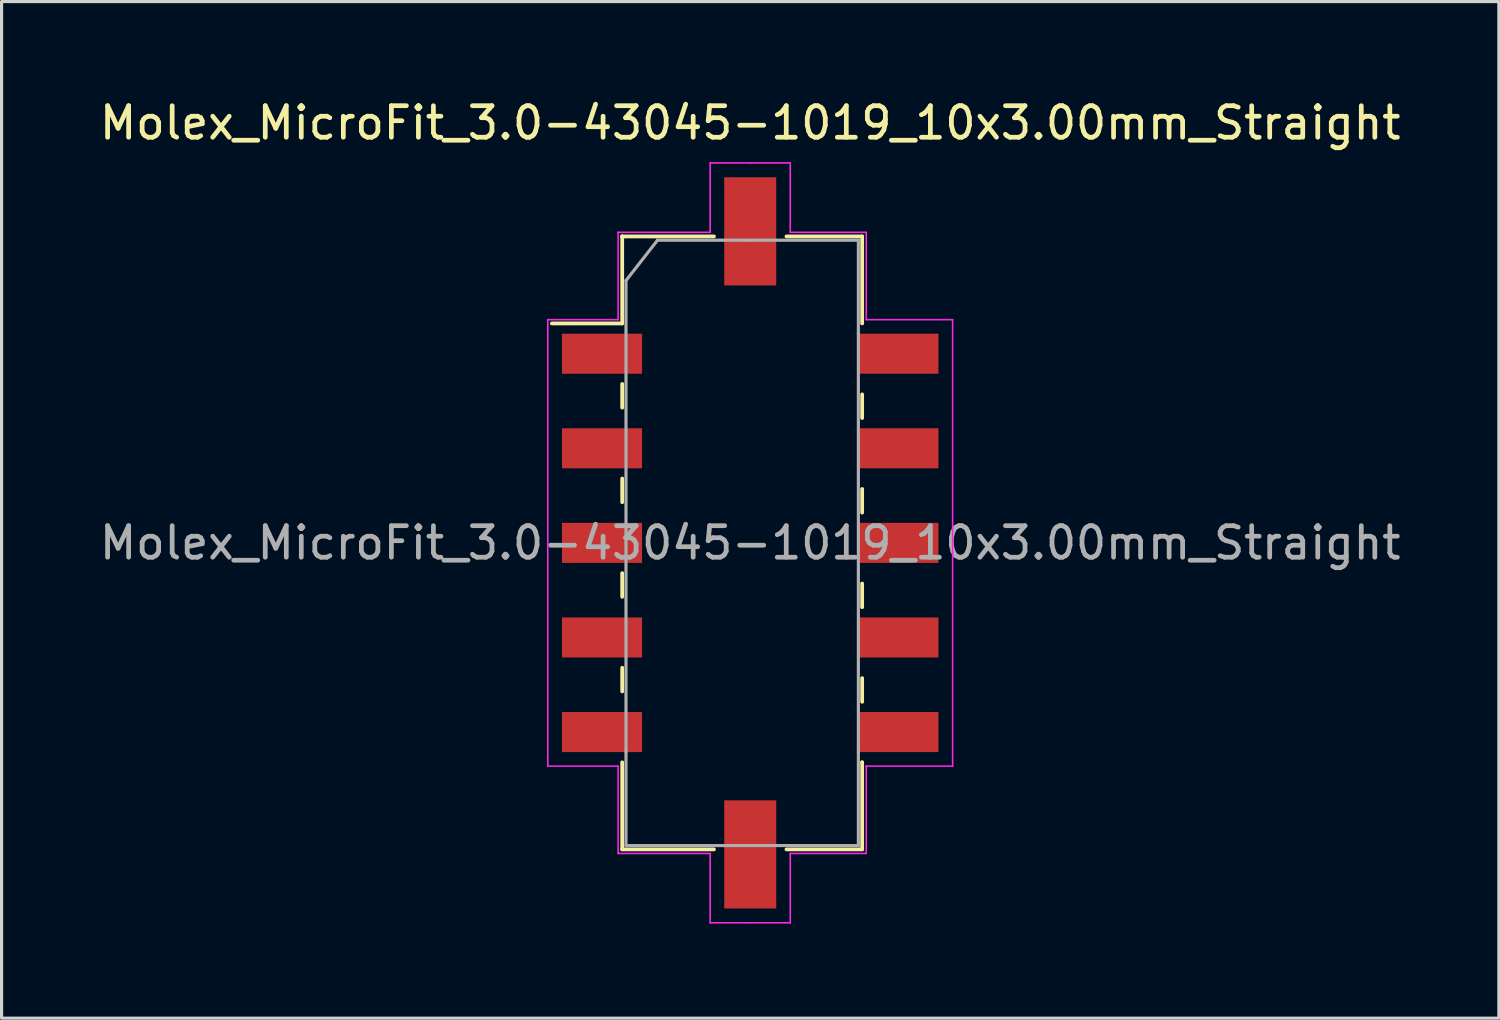
<source format=kicad_pcb>
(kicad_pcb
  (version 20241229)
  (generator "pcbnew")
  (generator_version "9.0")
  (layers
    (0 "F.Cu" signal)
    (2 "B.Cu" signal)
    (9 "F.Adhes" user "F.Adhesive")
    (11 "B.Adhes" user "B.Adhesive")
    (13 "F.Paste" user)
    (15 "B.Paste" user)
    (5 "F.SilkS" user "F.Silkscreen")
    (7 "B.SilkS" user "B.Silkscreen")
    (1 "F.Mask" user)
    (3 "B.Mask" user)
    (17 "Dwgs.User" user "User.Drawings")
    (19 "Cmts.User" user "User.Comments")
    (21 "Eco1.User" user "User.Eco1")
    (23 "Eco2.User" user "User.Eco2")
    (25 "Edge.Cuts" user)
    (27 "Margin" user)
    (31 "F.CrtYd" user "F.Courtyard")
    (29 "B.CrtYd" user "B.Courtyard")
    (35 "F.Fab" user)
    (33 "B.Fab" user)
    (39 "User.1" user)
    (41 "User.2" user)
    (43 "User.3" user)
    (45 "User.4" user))
  (footprint "Molex_MicroFit_3.0-43045-1019_10x3.00mm_Straight"
    (layer "F.Cu")
    (at 20.744 14.168)
    (property "Reference" "Molex_MicroFit_3.0-43045-1019_10x3.00mm_Straight" (at 0 -13.32 0) (layer "F.SilkS") (effects (font (size 1 1) (thickness 0.15))))
    (attr smd)
    (fp_line (start -6.29 -6.96) (end -4.06 -6.96) (stroke (width 0.12) (type solid)) (layer "F.SilkS"))
    (fp_line (start -4.06 -9.72) (end -4.06 -9.72) (stroke (width 0.12) (type solid)) (layer "F.SilkS"))
    (fp_line (start -4.06 -9.72) (end -1.15 -9.72) (stroke (width 0.12) (type solid)) (layer "F.SilkS"))
    (fp_line (start -4.06 -6.96) (end -4.06 -9.72) (stroke (width 0.12) (type solid)) (layer "F.SilkS"))
    (fp_line (start -4.06 -5.04) (end -4.06 -4.29) (stroke (width 0.12) (type solid)) (layer "F.SilkS"))
    (fp_line (start -4.06 -2.04) (end -4.06 -1.29) (stroke (width 0.12) (type solid)) (layer "F.SilkS"))
    (fp_line (start -4.06 0.96) (end -4.06 1.71) (stroke (width 0.12) (type solid)) (layer "F.SilkS"))
    (fp_line (start -4.06 3.96) (end -4.06 4.71) (stroke (width 0.12) (type solid)) (layer "F.SilkS"))
    (fp_line (start -4.06 9.72) (end -4.06 6.96) (stroke (width 0.12) (type solid)) (layer "F.SilkS"))
    (fp_line (start -1.15 9.72) (end -4.06 9.72) (stroke (width 0.12) (type solid)) (layer "F.SilkS"))
    (fp_line (start 1.15 -9.72) (end 3.55 -9.72) (stroke (width 0.12) (type solid)) (layer "F.SilkS"))
    (fp_line (start 3.55 -9.72) (end 3.55 -6.96) (stroke (width 0.12) (type solid)) (layer "F.SilkS"))
    (fp_line (start 3.55 -3.96) (end 3.55 -4.71) (stroke (width 0.12) (type solid)) (layer "F.SilkS"))
    (fp_line (start 3.55 -0.96) (end 3.55 -1.71) (stroke (width 0.12) (type solid)) (layer "F.SilkS"))
    (fp_line (start 3.55 2.04) (end 3.55 1.29) (stroke (width 0.12) (type solid)) (layer "F.SilkS"))
    (fp_line (start 3.55 5.04) (end 3.55 4.29) (stroke (width 0.12) (type solid)) (layer "F.SilkS"))
    (fp_line (start 3.55 6.96) (end 3.55 6.96) (stroke (width 0.12) (type solid)) (layer "F.SilkS"))
    (fp_line (start 3.55 6.96) (end 3.55 9.72) (stroke (width 0.12) (type solid)) (layer "F.SilkS"))
    (fp_line (start 3.55 9.72) (end 1.15 9.72) (stroke (width 0.12) (type solid)) (layer "F.SilkS"))
    (fp_line (start -6.42 -7.08) (end -4.19 -7.08) (stroke (width 0.05) (type solid)) (layer "F.CrtYd"))
    (fp_line (start -6.42 7.08) (end -6.42 -7.08) (stroke (width 0.05) (type solid)) (layer "F.CrtYd"))
    (fp_line (start -4.19 -9.85) (end -4.19 -9.85) (stroke (width 0.05) (type solid)) (layer "F.CrtYd"))
    (fp_line (start -4.19 -9.85) (end -1.27 -9.85) (stroke (width 0.05) (type solid)) (layer "F.CrtYd"))
    (fp_line (start -4.19 -7.08) (end -4.19 -9.85) (stroke (width 0.05) (type solid)) (layer "F.CrtYd"))
    (fp_line (start -4.19 7.08) (end -6.42 7.08) (stroke (width 0.05) (type solid)) (layer "F.CrtYd"))
    (fp_line (start -4.19 9.85) (end -4.19 7.08) (stroke (width 0.05) (type solid)) (layer "F.CrtYd"))
    (fp_line (start -1.27 -12.05) (end 0 -12.05) (stroke (width 0.05) (type solid)) (layer "F.CrtYd"))
    (fp_line (start -1.27 -9.85) (end -1.27 -12.05) (stroke (width 0.05) (type solid)) (layer "F.CrtYd"))
    (fp_line (start -1.27 9.85) (end -4.19 9.85) (stroke (width 0.05) (type solid)) (layer "F.CrtYd"))
    (fp_line (start -1.27 12.05) (end -1.27 9.85) (stroke (width 0.05) (type solid)) (layer "F.CrtYd"))
    (fp_line (start 0 -12.05) (end 1.27 -12.05) (stroke (width 0.05) (type solid)) (layer "F.CrtYd"))
    (fp_line (start 0 12.05) (end -1.27 12.05) (stroke (width 0.05) (type solid)) (layer "F.CrtYd"))
    (fp_line (start 1.27 -12.05) (end 1.27 -9.85) (stroke (width 0.05) (type solid)) (layer "F.CrtYd"))
    (fp_line (start 1.27 -9.85) (end 3.68 -9.85) (stroke (width 0.05) (type solid)) (layer "F.CrtYd"))
    (fp_line (start 1.27 9.85) (end 1.27 12.05) (stroke (width 0.05) (type solid)) (layer "F.CrtYd"))
    (fp_line (start 1.27 12.05) (end 0 12.05) (stroke (width 0.05) (type solid)) (layer "F.CrtYd"))
    (fp_line (start 3.68 -9.85) (end 3.68 -7.08) (stroke (width 0.05) (type solid)) (layer "F.CrtYd"))
    (fp_line (start 3.68 -7.08) (end 6.42 -7.08) (stroke (width 0.05) (type solid)) (layer "F.CrtYd"))
    (fp_line (start 3.68 7.08) (end 3.68 7.08) (stroke (width 0.05) (type solid)) (layer "F.CrtYd"))
    (fp_line (start 3.68 7.08) (end 3.68 9.85) (stroke (width 0.05) (type solid)) (layer "F.CrtYd"))
    (fp_line (start 3.68 9.85) (end 1.27 9.85) (stroke (width 0.05) (type solid)) (layer "F.CrtYd"))
    (fp_line (start 6.42 -7.08) (end 6.42 7.08) (stroke (width 0.05) (type solid)) (layer "F.CrtYd"))
    (fp_line (start 6.42 7.08) (end 3.68 7.08) (stroke (width 0.05) (type solid)) (layer "F.CrtYd"))
    (fp_line (start -3.94 -8.32) (end -2.94 -9.6) (stroke (width 0.1) (type solid)) (layer "F.Fab"))
    (fp_line (start -3.94 6.63) (end -3.94 -8.32) (stroke (width 0.1) (type solid)) (layer "F.Fab"))
    (fp_line (start -3.94 9.6) (end -3.94 6.63) (stroke (width 0.1) (type solid)) (layer "F.Fab"))
    (fp_line (start -2.94 -9.6) (end 0 -9.6) (stroke (width 0.1) (type solid)) (layer "F.Fab"))
    (fp_line (start -0.82 9.6) (end -3.94 9.6) (stroke (width 0.1) (type solid)) (layer "F.Fab"))
    (fp_line (start 0 -9.6) (end 3.43 -9.6) (stroke (width 0.1) (type solid)) (layer "F.Fab"))
    (fp_line (start 3.43 -9.6) (end 3.43 -6.63) (stroke (width 0.1) (type solid)) (layer "F.Fab"))
    (fp_line (start 3.43 -6.63) (end 3.43 6.63) (stroke (width 0.1) (type solid)) (layer "F.Fab"))
    (fp_line (start 3.43 6.63) (end 3.43 9.6) (stroke (width 0.1) (type solid)) (layer "F.Fab"))
    (fp_line (start 3.43 9.6) (end -0.82 9.6) (stroke (width 0.1) (type solid)) (layer "F.Fab"))
    (fp_text user "${REFERENCE}" (at 0 0 0) (layer "F.Fab") (effects (font (size 1 1) (thickness 0.15))))
    (pad "" smd rect (at 0 -9.88) (size 1.65 3.43) (layers "F.Cu" "F.Mask" "F.Paste"))
    (pad "" smd rect (at 0 9.88) (size 1.65 3.43) (layers "F.Cu" "F.Mask" "F.Paste"))
    (pad "1" smd rect (at -4.7 -6) (size 2.54 1.27) (layers "F.Cu" "F.Mask" "F.Paste"))
    (pad "2" smd rect (at -4.7 -3) (size 2.54 1.27) (layers "F.Cu" "F.Mask" "F.Paste"))
    (pad "3" smd rect (at -4.7 0) (size 2.54 1.27) (layers "F.Cu" "F.Mask" "F.Paste"))
    (pad "4" smd rect (at -4.7 3) (size 2.54 1.27) (layers "F.Cu" "F.Mask" "F.Paste"))
    (pad "5" smd rect (at -4.7 6) (size 2.54 1.27) (layers "F.Cu" "F.Mask" "F.Paste"))
    (pad "6" smd rect (at 4.7 6) (size 2.54 1.27) (layers "F.Cu" "F.Mask" "F.Paste"))
    (pad "7" smd rect (at 4.7 3) (size 2.54 1.27) (layers "F.Cu" "F.Mask" "F.Paste"))
    (pad "8" smd rect (at 4.7 0) (size 2.54 1.27) (layers "F.Cu" "F.Mask" "F.Paste"))
    (pad "9" smd rect (at 4.7 -3) (size 2.54 1.27) (layers "F.Cu" "F.Mask" "F.Paste"))
    (pad "10" smd rect (at 4.7 -6) (size 2.54 1.27) (layers "F.Cu" "F.Mask" "F.Paste")))
  (gr_rect
    (start -3 -3)
    (end 44.488 29.243)
    (stroke (width 0.1) (type default))
    (fill no)
    (layer "Edge.Cuts")))
</source>
